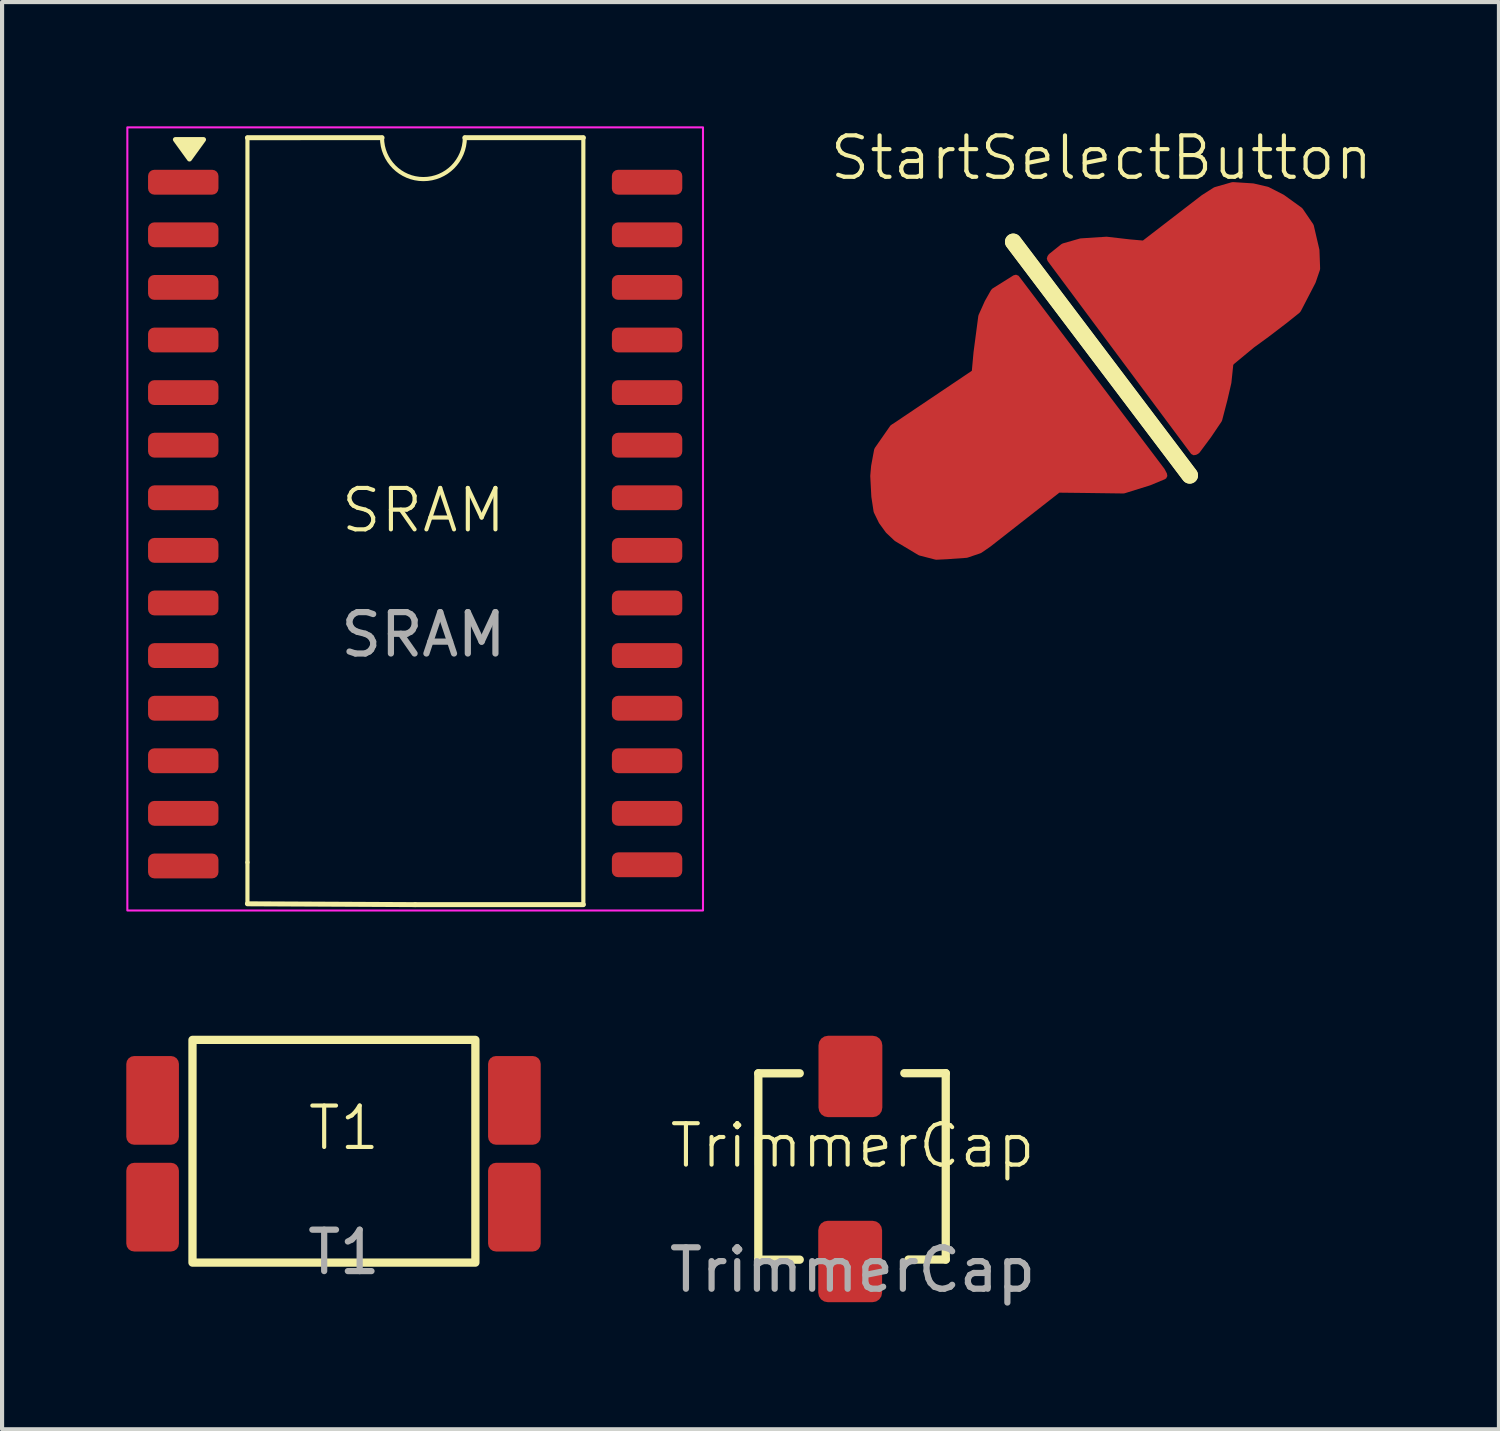
<source format=kicad_pcb>
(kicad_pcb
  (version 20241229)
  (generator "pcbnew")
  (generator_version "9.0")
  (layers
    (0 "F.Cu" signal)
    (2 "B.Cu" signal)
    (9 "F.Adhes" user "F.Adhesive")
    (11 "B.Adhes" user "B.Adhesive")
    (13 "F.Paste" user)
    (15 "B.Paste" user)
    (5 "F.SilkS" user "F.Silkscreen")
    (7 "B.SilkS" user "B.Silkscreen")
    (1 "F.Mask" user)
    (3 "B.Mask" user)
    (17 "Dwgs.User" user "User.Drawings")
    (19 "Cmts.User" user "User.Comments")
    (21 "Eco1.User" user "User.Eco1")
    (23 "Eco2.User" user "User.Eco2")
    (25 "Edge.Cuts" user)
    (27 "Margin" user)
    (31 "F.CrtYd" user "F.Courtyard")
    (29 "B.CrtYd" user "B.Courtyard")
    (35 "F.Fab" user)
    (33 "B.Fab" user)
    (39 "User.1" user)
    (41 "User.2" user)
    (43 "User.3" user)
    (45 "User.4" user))
  (footprint "TrimmerCap"
    (layer "F.Cu")
    (at 17.537 25.114)
    (property "Reference" "TrimmerCap" (at 0 -0.5 0) (unlocked yes) (layer "F.SilkS") (effects (font (size 1 1) (thickness 0.1))))
    (attr smd)
    (fp_line (start -2.276 -2.247) (end -2.276 2.253) (stroke (width 0.2) (type solid)) (layer "F.SilkS"))
    (fp_line (start -2.276 2.253) (end -1.276 2.253) (stroke (width 0.2) (type solid)) (layer "F.SilkS"))
    (fp_line (start -1.276 -2.247) (end -2.276 -2.247) (stroke (width 0.2) (type solid)) (layer "F.SilkS"))
    (fp_line (start 1.35 2.25) (end 2.25 2.25) (stroke (width 0.2) (type solid)) (layer "F.SilkS"))
    (fp_line (start 2.25 -2.25) (end 1.25 -2.25) (stroke (width 0.2) (type solid)) (layer "F.SilkS"))
    (fp_line (start 2.25 2.25) (end 2.25 -2.25) (stroke (width 0.2) (type solid)) (layer "F.SilkS"))
    (fp_text user "${REFERENCE}" (at 0 2.5 0) (unlocked yes) (layer "F.Fab") (effects (font (size 1 1) (thickness 0.15))))
    (pad "1" smd roundrect (at -0.052 -2.171 90) (size 1.966 1.542) (layers "F.Cu" "F.Mask" "F.Paste") (roundrect_rratio 0.15))
    (pad "2" smd roundrect (at -0.058 2.297 90) (size 1.966 1.542) (layers "F.Cu" "F.Mask" "F.Paste") (roundrect_rratio 0.15)))
  (footprint "T1"
    (layer "F.Cu")
    (at 5.254 24.688)
    (property "Reference" "T1" (at 0 -0.5 0) (unlocked yes) (layer "F.SilkS") (effects (font (size 1 1) (thickness 0.1))))
    (attr smd)
    (fp_rect (start -3.656 -2.628) (end 3.175 2.75) (stroke (width 0.2) (type solid)) (fill no) (layer "F.SilkS"))
    (fp_text user "${REFERENCE}" (at 0 2.5 0) (unlocked yes) (layer "F.Fab") (effects (font (size 1 1) (thickness 0.15))))
    (pad "1" smd roundrect (at -4.619 -1.167 90) (size 2.142 1.271) (layers "F.Cu" "F.Mask" "F.Paste") (roundrect_rratio 0.15))
    (pad "2" smd roundrect (at -4.619 1.411 90) (size 2.142 1.271) (layers "F.Cu" "F.Mask" "F.Paste") (roundrect_rratio 0.15))
    (pad "3" smd roundrect (at 4.117 -1.167 90) (size 2.142 1.271) (layers "F.Cu" "F.Mask" "F.Paste") (roundrect_rratio 0.15))
    (pad "4" smd roundrect (at 4.117 1.411 90) (size 2.142 1.271) (layers "F.Cu" "F.Mask" "F.Paste") (roundrect_rratio 0.15)))
  (footprint "SRAM"
    (layer "F.Cu")
    (at 7.175 9.775)
    (property "Reference" "SRAM" (at 0 -0.5 0) (unlocked yes) (layer "F.SilkS") (effects (font (size 1 1) (thickness 0.1))))
    (attr smd)
    (fp_line (start -4.25 -9.5) (end -4.25 7.999) (stroke (width 0.1) (type default)) (layer "F.SilkS"))
    (fp_line (start -4.25 8.999) (end -4.25 7.999) (stroke (width 0.1) (type default)) (layer "F.SilkS"))
    (fp_line (start -1 -9.501) (end -4.25 -9.5) (stroke (width 0.12) (type solid)) (layer "F.SilkS"))
    (fp_line (start -0.2 9.019) (end -4.25 8.999) (stroke (width 0.12) (type solid)) (layer "F.SilkS"))
    (fp_line (start -0.2 9.019) (end 3.861 9.019) (stroke (width 0.12) (type solid)) (layer "F.SilkS"))
    (fp_line (start 1 -9.501) (end 3.861 -9.501) (stroke (width 0.12) (type solid)) (layer "F.SilkS"))
    (fp_line (start 3.861 -9.501) (end 3.861 9.019) (stroke (width 0.1) (type default)) (layer "F.SilkS"))
    (fp_arc (start 0.999518 -9.500963) (mid 0 -8.5) (end -1.000482 -9.5) (stroke (width 0.1) (type default)) (layer "F.SilkS"))
    (fp_poly (pts (xy -5.65 -8.985) (xy -5.99 -9.455) (xy -5.31 -9.455)) (stroke (width 0.12) (type solid)) (fill yes) (layer "F.SilkS"))
    (fp_rect (start -7.15 -9.75) (end 6.75 9.16) (stroke (width 0.05) (type solid)) (fill no) (layer "F.CrtYd"))
    (fp_text user "${REFERENCE}" (at 0 2.5 0) (unlocked yes) (layer "F.Fab") (effects (font (size 1 1) (thickness 0.15))))
    (pad "1" smd roundrect (at -5.8 -8.425) (size 1.7 0.6) (layers "F.Cu" "F.Mask" "F.Paste") (roundrect_rratio 0.25))
    (pad "2" smd roundrect (at -5.8 -7.155) (size 1.7 0.6) (layers "F.Cu" "F.Mask" "F.Paste") (roundrect_rratio 0.25))
    (pad "3" smd roundrect (at -5.8 -5.885) (size 1.7 0.6) (layers "F.Cu" "F.Mask" "F.Paste") (roundrect_rratio 0.25))
    (pad "4" smd roundrect (at -5.8 -4.615) (size 1.7 0.6) (layers "F.Cu" "F.Mask" "F.Paste") (roundrect_rratio 0.25))
    (pad "5" smd roundrect (at -5.8 -3.345) (size 1.7 0.6) (layers "F.Cu" "F.Mask" "F.Paste") (roundrect_rratio 0.25))
    (pad "6" smd roundrect (at -5.8 -2.075) (size 1.7 0.6) (layers "F.Cu" "F.Mask" "F.Paste") (roundrect_rratio 0.25))
    (pad "7" smd roundrect (at -5.8 -0.805) (size 1.7 0.6) (layers "F.Cu" "F.Mask" "F.Paste") (roundrect_rratio 0.25))
    (pad "8" smd roundrect (at -5.8 0.465) (size 1.7 0.6) (layers "F.Cu" "F.Mask" "F.Paste") (roundrect_rratio 0.25))
    (pad "9" smd roundrect (at -5.8 1.735) (size 1.7 0.6) (layers "F.Cu" "F.Mask" "F.Paste") (roundrect_rratio 0.25))
    (pad "10" smd roundrect (at -5.8 3.005) (size 1.7 0.6) (layers "F.Cu" "F.Mask" "F.Paste") (roundrect_rratio 0.25))
    (pad "11" smd roundrect (at -5.8 4.277) (size 1.7 0.6) (layers "F.Cu" "F.Mask" "F.Paste") (roundrect_rratio 0.25))
    (pad "12" smd roundrect (at -5.8 5.545) (size 1.7 0.6) (layers "F.Cu" "F.Mask" "F.Paste") (roundrect_rratio 0.25))
    (pad "13" smd roundrect (at -5.8 6.815) (size 1.7 0.6) (layers "F.Cu" "F.Mask" "F.Paste") (roundrect_rratio 0.25))
    (pad "14" smd roundrect (at -5.8 8.085) (size 1.7 0.6) (layers "F.Cu" "F.Mask" "F.Paste") (roundrect_rratio 0.25))
    (pad "15" smd roundrect (at 5.4 8.057) (size 1.7 0.6) (layers "F.Cu" "F.Mask" "F.Paste") (roundrect_rratio 0.25))
    (pad "16" smd roundrect (at 5.4 6.815) (size 1.7 0.6) (layers "F.Cu" "F.Mask" "F.Paste") (roundrect_rratio 0.25))
    (pad "17" smd roundrect (at 5.4 5.545) (size 1.7 0.6) (layers "F.Cu" "F.Mask" "F.Paste") (roundrect_rratio 0.25))
    (pad "18" smd roundrect (at 5.4 4.277) (size 1.7 0.6) (layers "F.Cu" "F.Mask" "F.Paste") (roundrect_rratio 0.25))
    (pad "19" smd roundrect (at 5.4 3.005) (size 1.7 0.6) (layers "F.Cu" "F.Mask" "F.Paste") (roundrect_rratio 0.25))
    (pad "20" smd roundrect (at 5.4 1.735) (size 1.7 0.6) (layers "F.Cu" "F.Mask" "F.Paste") (roundrect_rratio 0.25))
    (pad "21" smd roundrect (at 5.4 0.465) (size 1.7 0.6) (layers "F.Cu" "F.Mask" "F.Paste") (roundrect_rratio 0.25))
    (pad "22" smd roundrect (at 5.4 -0.805) (size 1.7 0.6) (layers "F.Cu" "F.Mask" "F.Paste") (roundrect_rratio 0.25))
    (pad "23" smd roundrect (at 5.4 -2.075) (size 1.7 0.6) (layers "F.Cu" "F.Mask" "F.Paste") (roundrect_rratio 0.25))
    (pad "24" smd roundrect (at 5.4 -3.345) (size 1.7 0.6) (layers "F.Cu" "F.Mask" "F.Paste") (roundrect_rratio 0.25))
    (pad "25" smd roundrect (at 5.4 -4.615) (size 1.7 0.6) (layers "F.Cu" "F.Mask" "F.Paste") (roundrect_rratio 0.25))
    (pad "26" smd roundrect (at 5.4 -5.885) (size 1.7 0.6) (layers "F.Cu" "F.Mask" "F.Paste") (roundrect_rratio 0.25))
    (pad "27" smd roundrect (at 5.4 -7.155) (size 1.7 0.6) (layers "F.Cu" "F.Mask" "F.Paste") (roundrect_rratio 0.25))
    (pad "28" smd roundrect (at 5.4 -8.425) (size 1.7 0.6) (layers "F.Cu" "F.Mask" "F.Paste") (roundrect_rratio 0.25)))
  (footprint "StartSelectButton"
    (layer "F.Cu")
    (at 23.412 5.47)
    (property "Reference" "StartSelectButton" (at 0.135 -4.709 0) (unlocked yes) (layer "F.SilkS") (effects (font (size 1 1) (thickness 0.1))))
    (attr smd)
    (fp_line (start 2.266 2.958) (end -1.995 -2.68) (stroke (width 0.4) (type default)) (layer "F.SilkS"))
    (fp_line (start 2.266 2.958) (end -1.995 -2.68) (stroke (width 0.4) (type default)) (layer "F.SilkS"))
    (pad "1" smd custom (at -3.111 2.668) (size 1.27 1.27) (layers "F.Cu" "F.Mask") (options (anchor circle)) (primitives (gr_poly (pts (xy -0.953 -0.445) (xy -0.938 -0.517) (xy -0.897 -0.579) (xy -0.835 -0.62) (xy -0.762 -0.635) (xy 0.762 -0.635) (xy 0.835 -0.62) (xy 0.897 -0.579) (xy 0.938 -0.517) (xy 0.953 -0.445) (xy 0.953 0.445) (xy 0.938 0.517) (xy 0.897 0.579) (xy 0.835 0.62) (xy 0.762 0.635) (xy -0.762 0.635) (xy -0.835 0.62) (xy -0.897 0.579) (xy -0.938 0.517) (xy -0.953 0.445)) (width 0) (fill yes)) (gr_poly (pts (xy -1.769 -0.847) (xy 0.211 -2.178) (xy 0.257 -2.679) (xy 0.302 -3.02) (xy 0.371 -3.544) (xy 0.519 -3.874) (xy 0.667 -4.136) (xy 1.176 -4.455) (xy 4.684 0.189) (xy 4.738 0.292) (xy 4.389 0.437) (xy 3.776 0.628) (xy 2.814 0.615) (xy 2.195 0.608) (xy 0.503 1.932) (xy 0.292 2.077) (xy -0.018 2.182) (xy -0.479 2.215) (xy -0.742 2.228) (xy -1.124 2.129) (xy -1.684 1.794) (xy -1.881 1.609) (xy -2.039 1.392) (xy -2.158 1.148) (xy -2.211 0.799) (xy -2.237 0.305) (xy -2.217 0.075) (xy -2.145 -0.314) (xy -1.769 -0.854)) (width 0.2) (fill yes))))
    (pad "2" smd custom (at 3.495 -2.307) (size 1.27 1.27) (layers "F.Cu" "F.Mask") (options (anchor circle)) (primitives (gr_poly (pts (xy -0.953 -0.445) (xy -0.938 -0.517) (xy -0.897 -0.579) (xy -0.835 -0.62) (xy -0.762 -0.635) (xy 0.762 -0.635) (xy 0.835 -0.62) (xy 0.897 -0.579) (xy 0.938 -0.517) (xy 0.953 -0.445) (xy 0.953 0.445) (xy 0.938 0.517) (xy 0.897 0.579) (xy 0.835 0.62) (xy 0.762 0.635) (xy -0.762 0.635) (xy -0.835 0.62) (xy -0.897 0.579) (xy -0.938 0.517) (xy -0.953 0.445)) (width 0) (fill yes)) (gr_poly (pts (xy -4.565 0.007) (xy -4.273 -0.227) (xy -3.862 -0.346) (xy -3.246 -0.385) (xy -2.692 -0.322) (xy -2.337 -0.29) (xy -0.89 -1.405) (xy -0.606 -1.586) (xy -0.195 -1.705) (xy 0.287 -1.673) (xy 0.627 -1.594) (xy 0.983 -1.412) (xy 1.409 -1.104) (xy 1.662 -0.733) (xy 1.797 -0.156) (xy 1.813 0.287) (xy 1.71 0.587) (xy 1.362 1.259) (xy 1.046 1.512) (xy 0.611 1.844) (xy 0.263 2.097) (xy -0.234 2.508) (xy -0.282 2.571) (xy -0.329 3.029) (xy -0.424 3.44) (xy -0.551 3.922) (xy -0.796 4.286) (xy -1.072 4.657) (xy -1.12 4.681) (xy -4.58 0.03)) (width 0.2) (fill yes)) (gr_poly (pts (xy -4.558 -0.005) (xy -4.266 -0.239) (xy -3.855 -0.357) (xy -3.238 -0.397) (xy -2.685 -0.333) (xy -2.329 -0.302) (xy -0.883 -1.416) (xy -0.598 -1.598) (xy -0.187 -1.716) (xy 0.295 -1.685) (xy 0.634 -1.606) (xy 0.99 -1.424) (xy 1.417 -1.116) (xy 1.67 -0.744) (xy 1.804 -0.167) (xy 1.82 0.275) (xy 1.717 0.576) (xy 1.369 1.247) (xy 1.053 1.5) (xy 0.619 1.832) (xy 0.271 2.085) (xy -0.227 2.496) (xy -0.274 2.559) (xy -0.322 3.018) (xy -0.417 3.429) (xy -0.543 3.911) (xy -0.788 4.274) (xy -1.065 4.646) (xy -1.112 4.669) (xy -4.573 0.018)) (width 0.2) (fill yes)))))
  (gr_rect
    (start -3 -3)
    (end 33.145 31.462)
    (stroke (width 0.1) (type default))
    (fill no)
    (layer "Edge.Cuts")))
</source>
